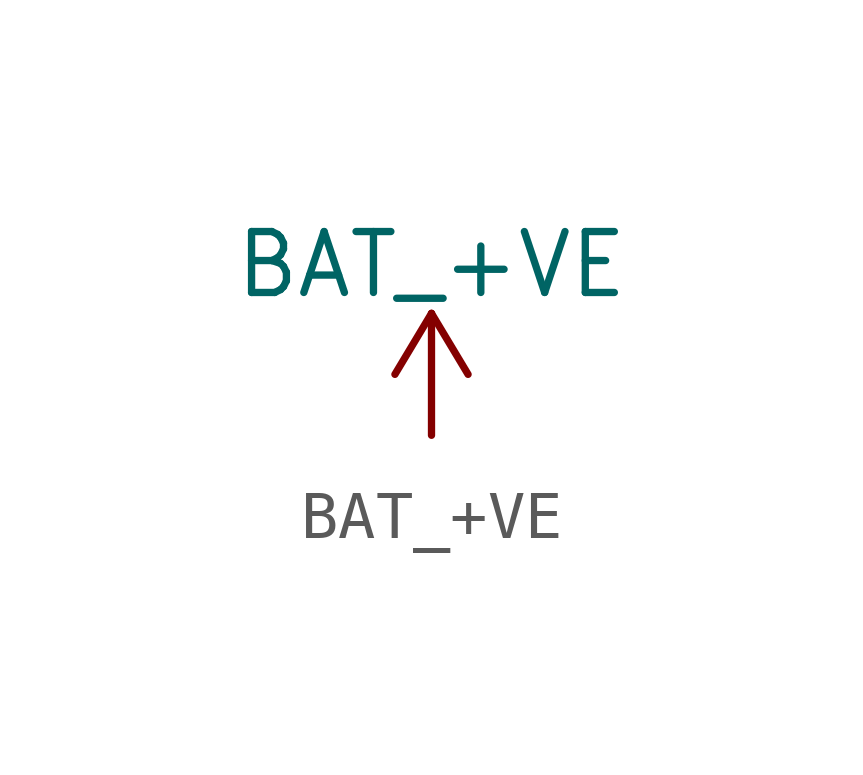
<source format=kicad_sym>
(kicad_symbol_lib
  (version 20220914)
  (generator kicad_symbol_editor)
  (symbol "BAT_+VE"
    (power)
    (pin_names
      (offset 0))
    (property "Reference" "#PWR"
      (at 0 -3.81 0)
      (effects (font (size 1.27 1.27)) hide))
    (property "Value" "BAT_+VE"
      (at 0 3.556 0)
      (effects (font (size 1.27 1.27))))
    (symbol "BAT_+VE_0_1"
      (polyline (pts (xy -0.762 1.27) (xy 0 2.54)) (stroke (width 0) (type default)) (fill (type none)))
      (polyline (pts (xy 0 0) (xy 0 2.54)) (stroke (width 0) (type default)) (fill (type none)))
      (polyline (pts (xy 0 2.54) (xy 0.762 1.27)) (stroke (width 0) (type default)) (fill (type none))))
    (symbol "BAT_+VE_1_1"
      (pin power_in line (at 0 0 0) (length 0) hide (name "BAT_+VE" (effects (font (size 1.27 1.27)))) (number "1" (effects (font (size 1.27 1.27))))))))
</source>
